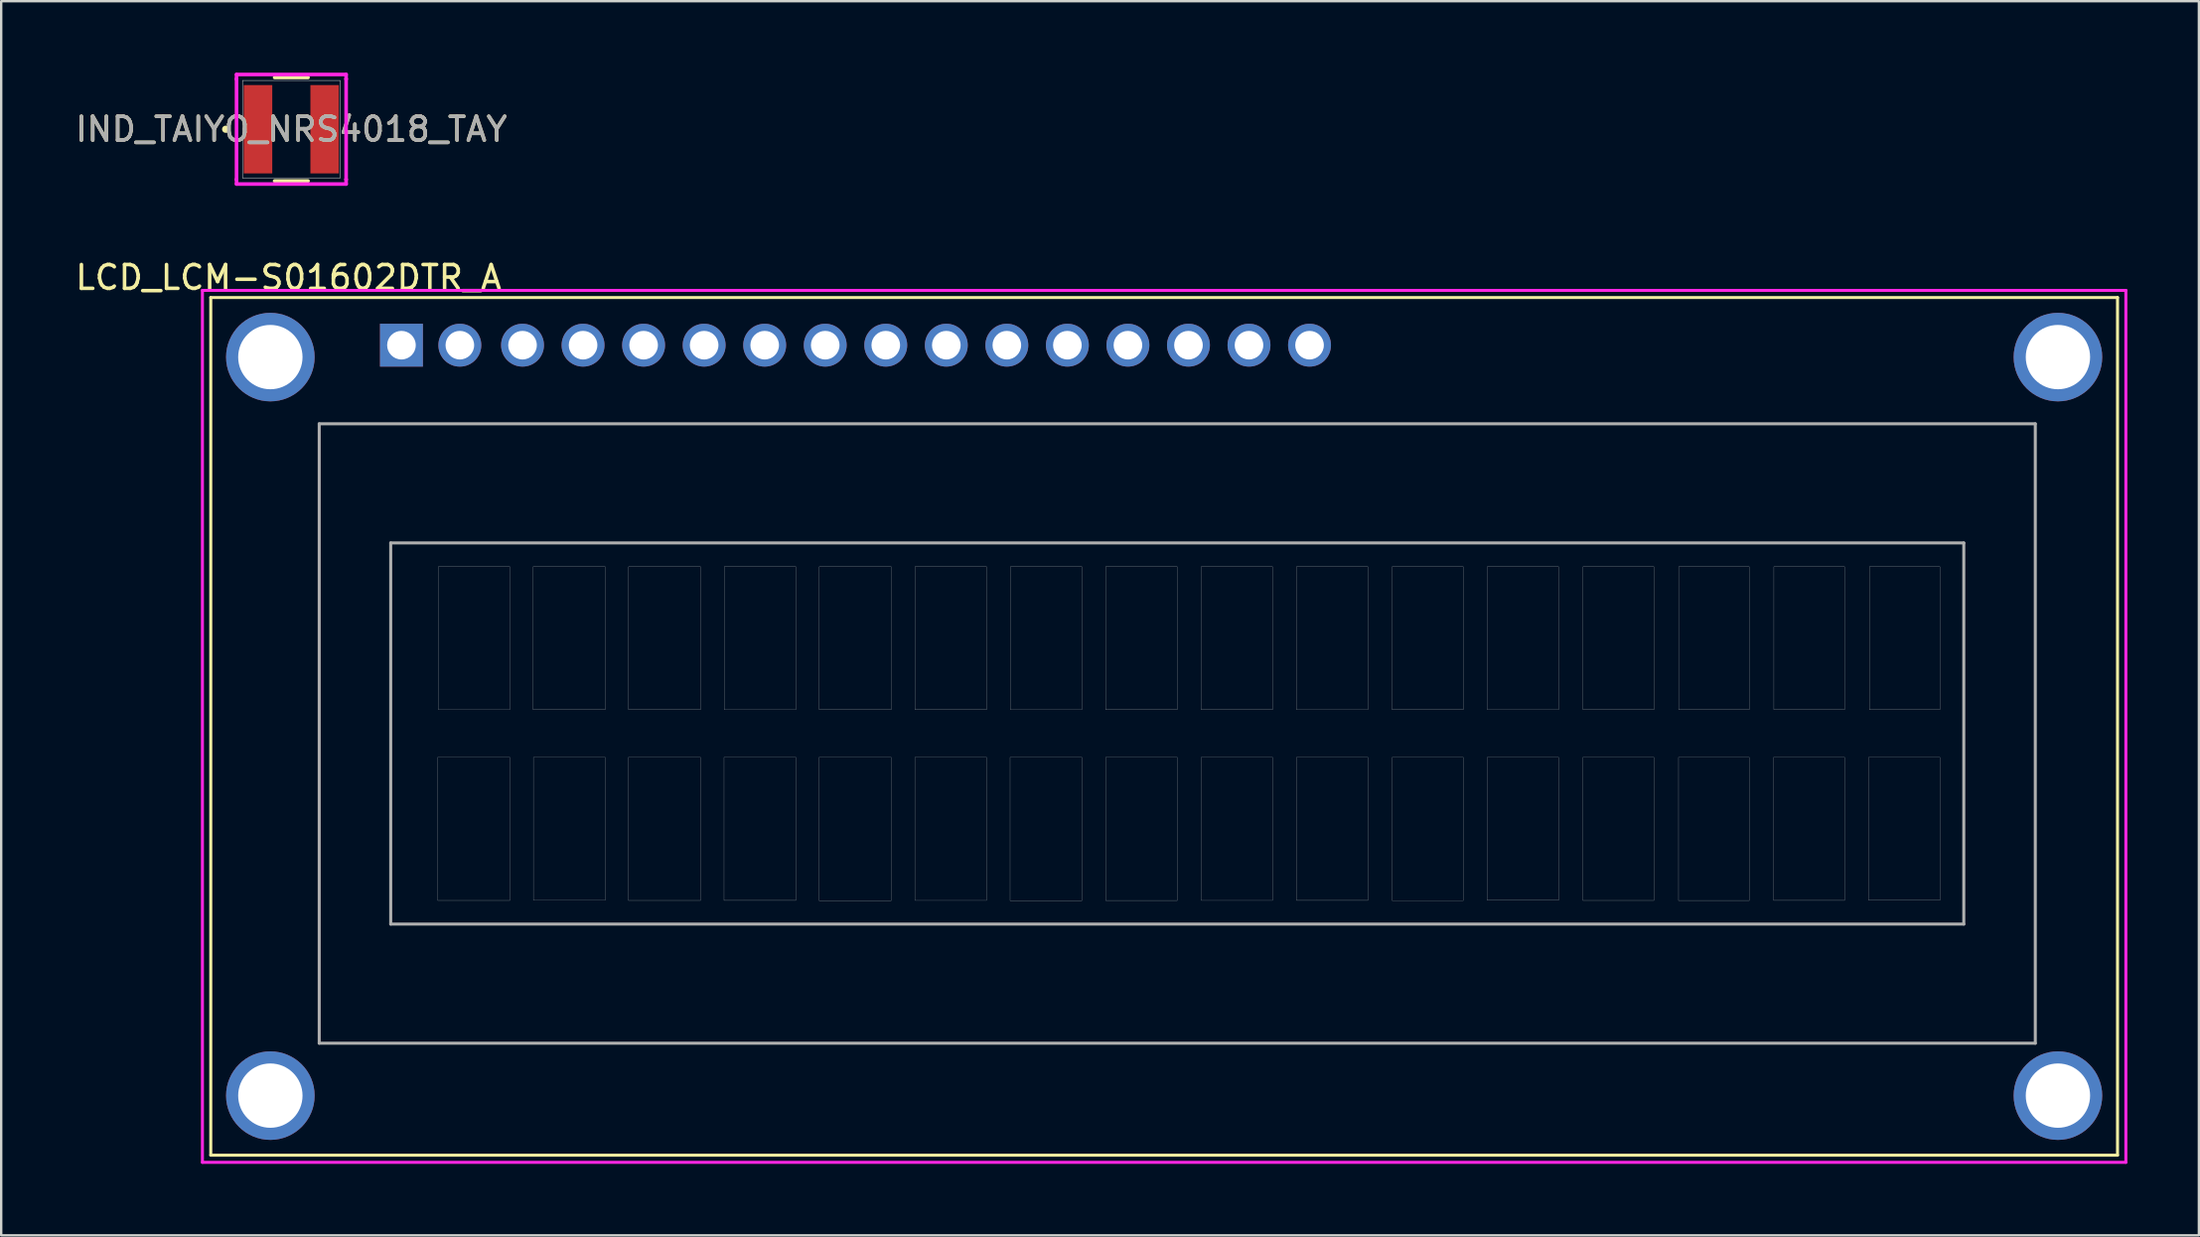
<source format=kicad_pcb>
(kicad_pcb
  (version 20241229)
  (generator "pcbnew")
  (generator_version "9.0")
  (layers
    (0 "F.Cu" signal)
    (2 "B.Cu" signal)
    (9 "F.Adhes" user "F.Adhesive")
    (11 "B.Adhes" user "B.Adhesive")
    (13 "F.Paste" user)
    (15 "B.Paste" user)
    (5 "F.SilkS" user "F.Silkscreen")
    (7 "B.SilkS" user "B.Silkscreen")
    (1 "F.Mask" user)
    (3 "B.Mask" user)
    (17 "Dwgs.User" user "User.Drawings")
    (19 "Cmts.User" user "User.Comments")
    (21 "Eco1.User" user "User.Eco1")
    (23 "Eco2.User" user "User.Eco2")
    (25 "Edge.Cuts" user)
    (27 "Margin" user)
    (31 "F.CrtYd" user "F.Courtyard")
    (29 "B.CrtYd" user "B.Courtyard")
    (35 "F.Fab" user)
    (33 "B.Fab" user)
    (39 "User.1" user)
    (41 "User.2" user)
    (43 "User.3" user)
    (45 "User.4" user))
  (footprint "LCD_LCM-S01602DTR_A"
    (layer "F.Cu")
    (at 46.343 27.739)
    (property "Reference" "LCD_LCM-S01602DTR_A" (at -37.287 -19.141 0) (layer "F.SilkS") (effects (font (size 1 1) (thickness 0.15))))
    (attr through_hole)
    (fp_line (start -40.55 -18.3) (end -40.55 17.7) (stroke (width 0.127) (type solid)) (layer "F.SilkS"))
    (fp_line (start -40.55 17.7) (end 39.45 17.7) (stroke (width 0.127) (type solid)) (layer "F.SilkS"))
    (fp_line (start 39.45 -18.3) (end -40.55 -18.3) (stroke (width 0.127) (type solid)) (layer "F.SilkS"))
    (fp_line (start 39.45 17.7) (end 39.45 -18.3) (stroke (width 0.127) (type solid)) (layer "F.SilkS"))
    (fp_line (start -40.9 -18.6) (end -40.9 18) (stroke (width 0.127) (type solid)) (layer "F.CrtYd"))
    (fp_line (start -40.9 18) (end 39.8 18) (stroke (width 0.127) (type solid)) (layer "F.CrtYd"))
    (fp_line (start 39.8 -18.6) (end -40.9 -18.6) (stroke (width 0.127) (type solid)) (layer "F.CrtYd"))
    (fp_line (start 39.8 18) (end 39.8 -18.6) (stroke (width 0.127) (type solid)) (layer "F.CrtYd"))
    (fp_line (start -36 -13) (end -36 13) (stroke (width 0.127) (type solid)) (layer "F.Fab"))
    (fp_line (start -36 13) (end 36 13) (stroke (width 0.127) (type solid)) (layer "F.Fab"))
    (fp_line (start -33 -8) (end -33 8) (stroke (width 0.127) (type solid)) (layer "F.Fab"))
    (fp_line (start -33 8) (end 33 8) (stroke (width 0.127) (type solid)) (layer "F.Fab"))
    (fp_line (start 33 -8) (end -33 -8) (stroke (width 0.127) (type solid)) (layer "F.Fab"))
    (fp_line (start 33 8) (end 33 -8) (stroke (width 0.127) (type solid)) (layer "F.Fab"))
    (fp_line (start 36 -13) (end -36 -13) (stroke (width 0.127) (type solid)) (layer "F.Fab"))
    (fp_line (start 36 13) (end 36 -13) (stroke (width 0.127) (type solid)) (layer "F.Fab"))
    (fp_poly (pts (xy -31.029 1) (xy -28 1) (xy -28 7.007) (xy -31.029 7.007)) (stroke (width 0.01) (type solid)) (fill no) (layer "F.Fab"))
    (fp_poly (pts (xy -31.002 -7) (xy -28 -7) (xy -28 -1) (xy -31.002 -1)) (stroke (width 0.01) (type solid)) (fill no) (layer "F.Fab"))
    (fp_poly (pts (xy -27.027 -7) (xy -24 -7) (xy -24 -1.001) (xy -27.027 -1.001)) (stroke (width 0.01) (type solid)) (fill no) (layer "F.Fab"))
    (fp_poly (pts (xy -27.012 1) (xy -24 1) (xy -24 7.003) (xy -27.012 7.003)) (stroke (width 0.01) (type solid)) (fill no) (layer "F.Fab"))
    (fp_poly (pts (xy -23.027 1) (xy -20 1) (xy -20 7.008) (xy -23.027 7.008)) (stroke (width 0.01) (type solid)) (fill no) (layer "F.Fab"))
    (fp_poly (pts (xy -23.02 -7) (xy -20 -7) (xy -20 -1.001) (xy -23.02 -1.001)) (stroke (width 0.01) (type solid)) (fill no) (layer "F.Fab"))
    (fp_poly (pts (xy -19.015 1) (xy -16 1) (xy -16 7.005) (xy -19.015 7.005)) (stroke (width 0.01) (type solid)) (fill no) (layer "F.Fab"))
    (fp_poly (pts (xy -19.008 -7) (xy -16 -7) (xy -16 -1) (xy -19.008 -1)) (stroke (width 0.01) (type solid)) (fill no) (layer "F.Fab"))
    (fp_poly (pts (xy -15.027 1) (xy -12 1) (xy -12 7.013) (xy -15.027 7.013)) (stroke (width 0.01) (type solid)) (fill no) (layer "F.Fab"))
    (fp_poly (pts (xy -15.021 -7) (xy -12 -7) (xy -12 -1.001) (xy -15.021 -1.001)) (stroke (width 0.01) (type solid)) (fill no) (layer "F.Fab"))
    (fp_poly (pts (xy -11.009 1) (xy -8 1) (xy -8 7.006) (xy -11.009 7.006)) (stroke (width 0.01) (type solid)) (fill no) (layer "F.Fab"))
    (fp_poly (pts (xy -11.006 -7) (xy -8 -7) (xy -8 -1.001) (xy -11.006 -1.001)) (stroke (width 0.01) (type solid)) (fill no) (layer "F.Fab"))
    (fp_poly (pts (xy -7.013 1) (xy -4 1) (xy -4 7.013) (xy -7.013 7.013)) (stroke (width 0.01) (type solid)) (fill no) (layer "F.Fab"))
    (fp_poly (pts (xy -7.002 -7) (xy -4 -7) (xy -4 -1) (xy -7.002 -1)) (stroke (width 0.01) (type solid)) (fill no) (layer "F.Fab"))
    (fp_poly (pts (xy -3.005 -7) (xy 0 -7) (xy 0 -1.002) (xy -3.005 -1.002)) (stroke (width 0.01) (type solid)) (fill no) (layer "F.Fab"))
    (fp_poly (pts (xy -3.004 1) (xy 0 1) (xy 0 7.01) (xy -3.004 7.01)) (stroke (width 0.01) (type solid)) (fill no) (layer "F.Fab"))
    (fp_poly (pts (xy 1.001 1) (xy 4 1) (xy 4 7.006) (xy 1.001 7.006)) (stroke (width 0.01) (type solid)) (fill no) (layer "F.Fab"))
    (fp_poly (pts (xy 1.001 -7) (xy 4 -7) (xy 4 -1.001) (xy 1.001 -1.001)) (stroke (width 0.01) (type solid)) (fill no) (layer "F.Fab"))
    (fp_poly (pts (xy 5.001 -7) (xy 8 -7) (xy 8 -1) (xy 5.001 -1)) (stroke (width 0.01) (type solid)) (fill no) (layer "F.Fab"))
    (fp_poly (pts (xy 5.004 1) (xy 8 1) (xy 8 7.005) (xy 5.004 7.005)) (stroke (width 0.01) (type solid)) (fill no) (layer "F.Fab"))
    (fp_poly (pts (xy 9.015 -7) (xy 12 -7) (xy 12 -1.002) (xy 9.015 -1.002)) (stroke (width 0.01) (type solid)) (fill no) (layer "F.Fab"))
    (fp_poly (pts (xy 9.017 1) (xy 12 1) (xy 12 7.014) (xy 9.017 7.014)) (stroke (width 0.01) (type solid)) (fill no) (layer "F.Fab"))
    (fp_poly (pts (xy 13.003 1) (xy 16 1) (xy 16 7.002) (xy 13.003 7.002)) (stroke (width 0.01) (type solid)) (fill no) (layer "F.Fab"))
    (fp_poly (pts (xy 13.004 -7) (xy 16 -7) (xy 16 -1) (xy 13.004 -1)) (stroke (width 0.01) (type solid)) (fill no) (layer "F.Fab"))
    (fp_poly (pts (xy 17.017 1) (xy 20 1) (xy 20 7.007) (xy 17.017 7.007)) (stroke (width 0.01) (type solid)) (fill no) (layer "F.Fab"))
    (fp_poly (pts (xy 17.023 -7) (xy 20 -7) (xy 20 -1.001) (xy 17.023 -1.001)) (stroke (width 0.01) (type solid)) (fill no) (layer "F.Fab"))
    (fp_poly (pts (xy 21.032 1) (xy 24 1) (xy 24 7.011) (xy 21.032 7.011)) (stroke (width 0.01) (type solid)) (fill no) (layer "F.Fab"))
    (fp_poly (pts (xy 21.037 -7) (xy 24 -7) (xy 24 -1.002) (xy 21.037 -1.002)) (stroke (width 0.01) (type solid)) (fill no) (layer "F.Fab"))
    (fp_poly (pts (xy 25.019 1) (xy 28 1) (xy 28 7.005) (xy 25.019 7.005)) (stroke (width 0.01) (type solid)) (fill no) (layer "F.Fab"))
    (fp_poly (pts (xy 25.031 -7) (xy 28 -7) (xy 28 -1.001) (xy 25.031 -1.001)) (stroke (width 0.01) (type solid)) (fill no) (layer "F.Fab"))
    (fp_poly (pts (xy 29.008 1) (xy 32 1) (xy 32 7.002) (xy 29.008 7.002)) (stroke (width 0.01) (type solid)) (fill no) (layer "F.Fab"))
    (fp_poly (pts (xy 29.039 -7) (xy 32 -7) (xy 32 -1.001) (xy 29.039 -1.001)) (stroke (width 0.01) (type solid)) (fill no) (layer "F.Fab"))
    (pad "1" thru_hole rect (at -32.55 -16.3) (size 1.8 1.8) (drill 1.2) (layers "*.Cu" "*.Mask"))
    (pad "2" thru_hole circle (at -30.1 -16.3) (size 1.8 1.8) (drill 1.2) (layers "*.Cu" "*.Mask"))
    (pad "3" thru_hole circle (at -27.47 -16.3) (size 1.8 1.8) (drill 1.2) (layers "*.Cu" "*.Mask"))
    (pad "4" thru_hole circle (at -24.93 -16.3) (size 1.8 1.8) (drill 1.2) (layers "*.Cu" "*.Mask"))
    (pad "5" thru_hole circle (at -22.39 -16.3) (size 1.8 1.8) (drill 1.2) (layers "*.Cu" "*.Mask"))
    (pad "6" thru_hole circle (at -19.85 -16.3) (size 1.8 1.8) (drill 1.2) (layers "*.Cu" "*.Mask"))
    (pad "7" thru_hole circle (at -17.31 -16.3) (size 1.8 1.8) (drill 1.2) (layers "*.Cu" "*.Mask"))
    (pad "8" thru_hole circle (at -14.77 -16.3) (size 1.8 1.8) (drill 1.2) (layers "*.Cu" "*.Mask"))
    (pad "9" thru_hole circle (at -12.23 -16.3) (size 1.8 1.8) (drill 1.2) (layers "*.Cu" "*.Mask"))
    (pad "10" thru_hole circle (at -9.69 -16.3) (size 1.8 1.8) (drill 1.2) (layers "*.Cu" "*.Mask"))
    (pad "11" thru_hole circle (at -7.15 -16.3) (size 1.8 1.8) (drill 1.2) (layers "*.Cu" "*.Mask"))
    (pad "12" thru_hole circle (at -4.61 -16.3) (size 1.8 1.8) (drill 1.2) (layers "*.Cu" "*.Mask"))
    (pad "13" thru_hole circle (at -2.07 -16.3) (size 1.8 1.8) (drill 1.2) (layers "*.Cu" "*.Mask"))
    (pad "14" thru_hole circle (at 0.47 -16.3) (size 1.8 1.8) (drill 1.2) (layers "*.Cu" "*.Mask"))
    (pad "15" thru_hole circle (at 3.01 -16.3) (size 1.8 1.8) (drill 1.2) (layers "*.Cu" "*.Mask"))
    (pad "16" thru_hole circle (at 5.55 -16.3) (size 1.8 1.8) (drill 1.2) (layers "*.Cu" "*.Mask"))
    (pad "17" thru_hole circle (at -38.05 -15.8) (size 3.716 3.716) (drill 2.7) (layers "*.Cu" "*.Mask"))
    (pad "18" thru_hole circle (at -38.05 15.2) (size 3.716 3.716) (drill 2.7) (layers "*.Cu" "*.Mask"))
    (pad "19" thru_hole circle (at 36.95 -15.8) (size 3.716 3.716) (drill 2.7) (layers "*.Cu" "*.Mask"))
    (pad "20" thru_hole circle (at 36.95 15.2) (size 3.716 3.716) (drill 2.7) (layers "*.Cu" "*.Mask")))
  (footprint "IND_TAIYO_NRS4018_TAY"
    (layer "F.Cu")
    (at 9.173 2.375)
    (property "Reference" "IND_TAIYO_NRS4018_TAY" (at 0 0 0) (unlocked yes) (layer "F.SilkS") (effects (font (size 1 1) (thickness 0.15))))
    (attr smd)
    (fp_line (start -0.701 2.172) (end 0.701 2.172) (stroke (width 0.152) (type solid)) (layer "F.SilkS"))
    (fp_line (start 0.701 -2.172) (end -0.701 -2.172) (stroke (width 0.152) (type solid)) (layer "F.SilkS"))
    (fp_circle (center -2.756 0) (end -2.68 0) (stroke (width 0.152) (type solid)) (fill no) (layer "F.SilkS"))
    (fp_line (start -2.299 -2.299) (end 2.299 -2.299) (stroke (width 0.152) (type solid)) (layer "F.CrtYd"))
    (fp_line (start -2.299 -2.108) (end -2.299 -2.299) (stroke (width 0.152) (type solid)) (layer "F.CrtYd"))
    (fp_line (start -2.299 -2.108) (end -2.299 -2.108) (stroke (width 0.152) (type solid)) (layer "F.CrtYd"))
    (fp_line (start -2.299 2.108) (end -2.299 -2.108) (stroke (width 0.152) (type solid)) (layer "F.CrtYd"))
    (fp_line (start -2.299 2.108) (end -2.299 2.108) (stroke (width 0.152) (type solid)) (layer "F.CrtYd"))
    (fp_line (start -2.299 2.299) (end -2.299 2.108) (stroke (width 0.152) (type solid)) (layer "F.CrtYd"))
    (fp_line (start 2.299 -2.299) (end 2.299 -2.108) (stroke (width 0.152) (type solid)) (layer "F.CrtYd"))
    (fp_line (start 2.299 -2.108) (end 2.299 -2.108) (stroke (width 0.152) (type solid)) (layer "F.CrtYd"))
    (fp_line (start 2.299 -2.108) (end 2.299 2.108) (stroke (width 0.152) (type solid)) (layer "F.CrtYd"))
    (fp_line (start 2.299 2.108) (end 2.299 2.108) (stroke (width 0.152) (type solid)) (layer "F.CrtYd"))
    (fp_line (start 2.299 2.108) (end 2.299 2.299) (stroke (width 0.152) (type solid)) (layer "F.CrtYd"))
    (fp_line (start 2.299 2.299) (end -2.299 2.299) (stroke (width 0.152) (type solid)) (layer "F.CrtYd"))
    (fp_line (start -2.045 -2.045) (end -2.045 2.045) (stroke (width 0.025) (type solid)) (layer "F.Fab"))
    (fp_line (start -2.045 2.045) (end 2.045 2.045) (stroke (width 0.025) (type solid)) (layer "F.Fab"))
    (fp_line (start 2.045 -2.045) (end -2.045 -2.045) (stroke (width 0.025) (type solid)) (layer "F.Fab"))
    (fp_line (start 2.045 2.045) (end 2.045 -2.045) (stroke (width 0.025) (type solid)) (layer "F.Fab"))
    (fp_circle (center -1.968 0) (end -1.892 0) (stroke (width 0.025) (type solid)) (fill no) (layer "F.Fab"))
    (fp_text user "${REFERENCE}" (at 0 0 0) (unlocked yes) (layer "F.Fab") (effects (font (size 1 1) (thickness 0.15))))
    (pad "1" smd rect (at -1.397 0) (size 1.194 3.708) (layers "F.Cu" "F.Mask" "F.Paste"))
    (pad "2" smd rect (at 1.397 0) (size 1.194 3.708) (layers "F.Cu" "F.Mask" "F.Paste"))
    (zone (net_name "") (layer "F.Cu") (hatch full 0.508) (connect_pads) (min_thickness 0.254) (filled_areas_thickness no) (keepout (tracks not_allowed) (vias not_allowed) (pads allowed) (copperpour not_allowed) (footprints allowed)) (placement (enabled no)) (fill) (polygon (pts (xy 8.423 0.381) (xy 9.922 0.381) (xy 9.922 4.369) (xy 8.423 4.369)))))
  (gr_rect
    (start -3 -3)
    (end 89.207 48.803)
    (stroke (width 0.1) (type default))
    (fill no)
    (layer "Edge.Cuts")))
</source>
